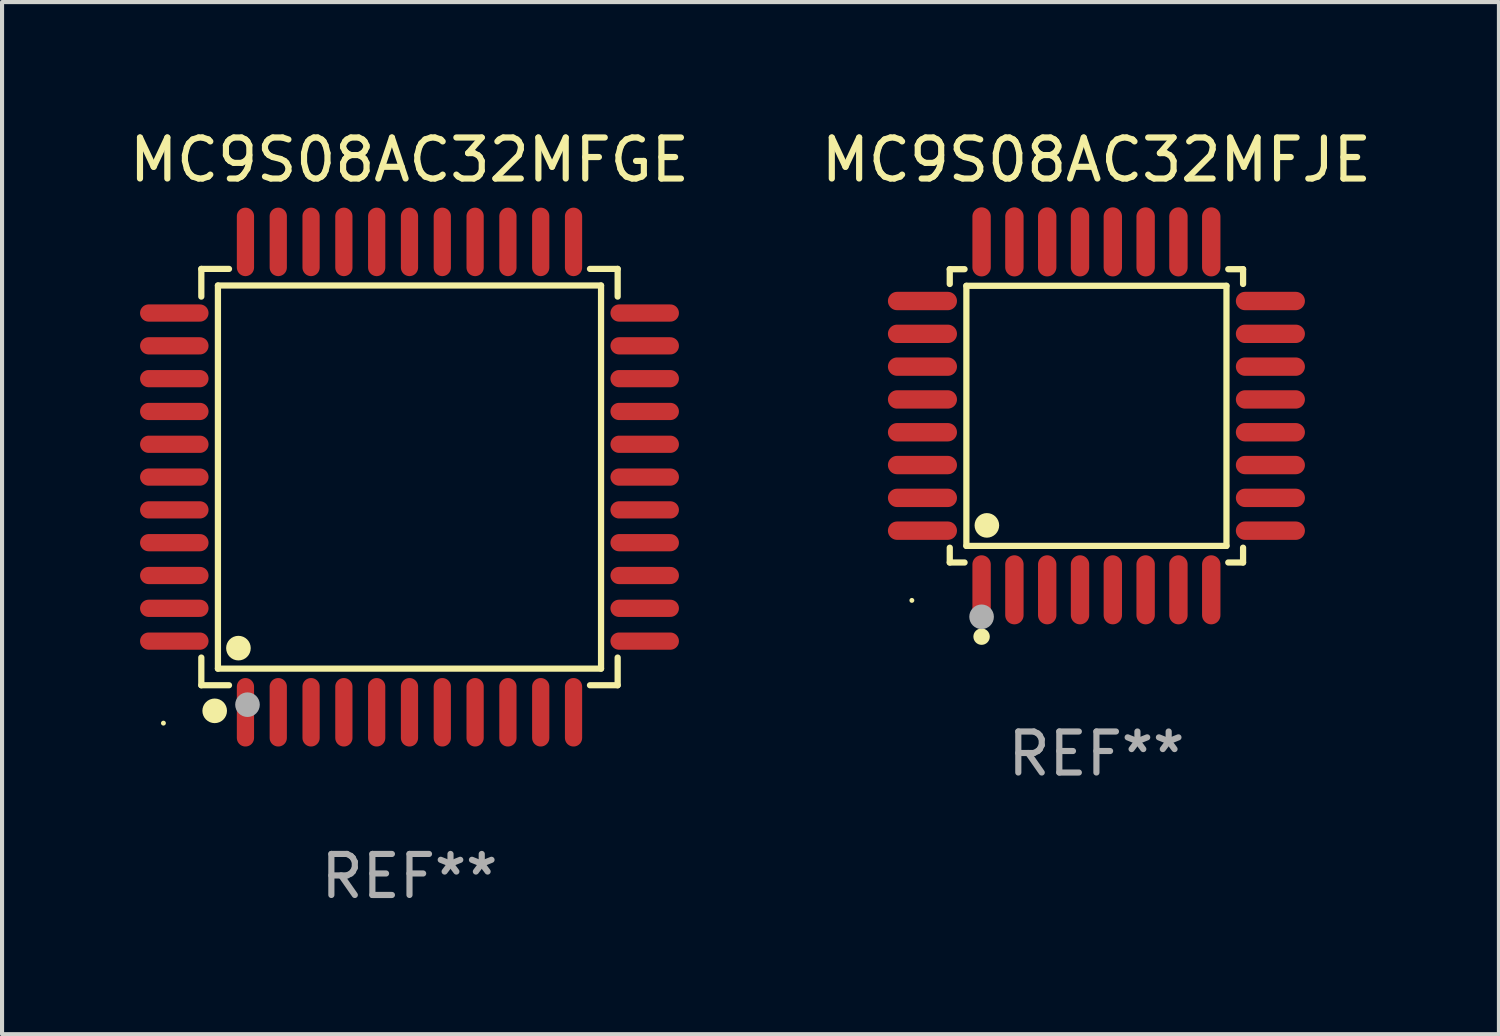
<source format=kicad_pcb>
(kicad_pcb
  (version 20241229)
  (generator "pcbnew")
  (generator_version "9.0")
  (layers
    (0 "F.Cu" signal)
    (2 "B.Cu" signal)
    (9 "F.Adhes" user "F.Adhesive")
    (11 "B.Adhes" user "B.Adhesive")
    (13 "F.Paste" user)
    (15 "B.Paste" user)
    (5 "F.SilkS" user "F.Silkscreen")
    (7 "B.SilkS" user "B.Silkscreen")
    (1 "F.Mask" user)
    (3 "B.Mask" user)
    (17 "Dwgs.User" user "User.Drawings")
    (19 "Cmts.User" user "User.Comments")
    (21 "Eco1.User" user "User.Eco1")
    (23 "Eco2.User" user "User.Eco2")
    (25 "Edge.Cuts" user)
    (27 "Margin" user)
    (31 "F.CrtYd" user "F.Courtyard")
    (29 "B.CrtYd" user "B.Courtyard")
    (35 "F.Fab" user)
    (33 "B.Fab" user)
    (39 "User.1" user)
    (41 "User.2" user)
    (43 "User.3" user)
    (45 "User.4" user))
  (footprint "MC9S08AC32MFJE"
    (layer "F.Cu")
    (at 23.685 7.09)
    (property "Reference" "MC9S08AC32MFJE" (at 0 -6.242 0) (layer "F.SilkS") (effects (font (size 1 1) (thickness 0.15))))
    (attr through_hole)
    (fp_line (start -3.576 -3.576) (end -3.215 -3.576) (stroke (width 0.152) (type solid)) (layer "F.SilkS"))
    (fp_line (start -3.576 -3.215) (end -3.576 -3.576) (stroke (width 0.152) (type solid)) (layer "F.SilkS"))
    (fp_line (start -3.576 3.215) (end -3.576 3.576) (stroke (width 0.152) (type solid)) (layer "F.SilkS"))
    (fp_line (start -3.576 3.576) (end -3.215 3.576) (stroke (width 0.152) (type solid)) (layer "F.SilkS"))
    (fp_line (start -3.171 -3.171) (end 3.171 -3.171) (stroke (width 0.152) (type solid)) (layer "F.SilkS"))
    (fp_line (start -3.171 3.171) (end -3.171 -3.171) (stroke (width 0.152) (type solid)) (layer "F.SilkS"))
    (fp_line (start 3.171 -3.171) (end 3.171 3.171) (stroke (width 0.152) (type solid)) (layer "F.SilkS"))
    (fp_line (start 3.171 3.171) (end -3.171 3.171) (stroke (width 0.152) (type solid)) (layer "F.SilkS"))
    (fp_line (start 3.576 -3.576) (end 3.215 -3.576) (stroke (width 0.152) (type solid)) (layer "F.SilkS"))
    (fp_line (start 3.576 -3.215) (end 3.576 -3.576) (stroke (width 0.152) (type solid)) (layer "F.SilkS"))
    (fp_line (start 3.576 3.215) (end 3.576 3.576) (stroke (width 0.152) (type solid)) (layer "F.SilkS"))
    (fp_line (start 3.576 3.576) (end 3.215 3.576) (stroke (width 0.152) (type solid)) (layer "F.SilkS"))
    (fp_circle (center -4.5 4.5) (end -4.47 4.5) (stroke (width 0.06) (type solid)) (fill no) (layer "F.SilkS"))
    (fp_circle (center -2.8 5.384) (end -2.7 5.384) (stroke (width 0.2) (type solid)) (fill no) (layer "F.SilkS"))
    (fp_circle (center -2.671 2.671) (end -2.521 2.671) (stroke (width 0.3) (type solid)) (fill no) (layer "F.SilkS"))
    (fp_circle (center -2.8 4.9) (end -2.65 4.9) (stroke (width 0.3) (type solid)) (fill no) (layer "F.Fab"))
    (fp_text user "REF**" (at 0 8.242 0) (layer "F.Fab") (effects (font (size 1 1) (thickness 0.15))))
    (pad "1" smd oval (at -2.8 4.242) (size 0.448 1.684) (layers "F.Cu" "F.Mask" "F.Paste"))
    (pad "2" smd oval (at -2 4.242) (size 0.448 1.684) (layers "F.Cu" "F.Mask" "F.Paste"))
    (pad "3" smd oval (at -1.2 4.242) (size 0.448 1.684) (layers "F.Cu" "F.Mask" "F.Paste"))
    (pad "4" smd oval (at -0.4 4.242) (size 0.448 1.684) (layers "F.Cu" "F.Mask" "F.Paste"))
    (pad "5" smd oval (at 0.4 4.242) (size 0.448 1.684) (layers "F.Cu" "F.Mask" "F.Paste"))
    (pad "6" smd oval (at 1.2 4.242) (size 0.448 1.684) (layers "F.Cu" "F.Mask" "F.Paste"))
    (pad "7" smd oval (at 2 4.242) (size 0.448 1.684) (layers "F.Cu" "F.Mask" "F.Paste"))
    (pad "8" smd oval (at 2.8 4.242) (size 0.448 1.684) (layers "F.Cu" "F.Mask" "F.Paste"))
    (pad "9" smd oval (at 4.242 2.8) (size 1.684 0.448) (layers "F.Cu" "F.Mask" "F.Paste"))
    (pad "10" smd oval (at 4.242 2) (size 1.684 0.448) (layers "F.Cu" "F.Mask" "F.Paste"))
    (pad "11" smd oval (at 4.242 1.2) (size 1.684 0.448) (layers "F.Cu" "F.Mask" "F.Paste"))
    (pad "12" smd oval (at 4.242 0.4) (size 1.684 0.448) (layers "F.Cu" "F.Mask" "F.Paste"))
    (pad "13" smd oval (at 4.242 -0.4) (size 1.684 0.448) (layers "F.Cu" "F.Mask" "F.Paste"))
    (pad "14" smd oval (at 4.242 -1.2) (size 1.684 0.448) (layers "F.Cu" "F.Mask" "F.Paste"))
    (pad "15" smd oval (at 4.242 -2) (size 1.684 0.448) (layers "F.Cu" "F.Mask" "F.Paste"))
    (pad "16" smd oval (at 4.242 -2.8) (size 1.684 0.448) (layers "F.Cu" "F.Mask" "F.Paste"))
    (pad "17" smd oval (at 2.8 -4.242) (size 0.448 1.684) (layers "F.Cu" "F.Mask" "F.Paste"))
    (pad "18" smd oval (at 2 -4.242) (size 0.448 1.684) (layers "F.Cu" "F.Mask" "F.Paste"))
    (pad "19" smd oval (at 1.2 -4.242) (size 0.448 1.684) (layers "F.Cu" "F.Mask" "F.Paste"))
    (pad "20" smd oval (at 0.4 -4.242) (size 0.448 1.684) (layers "F.Cu" "F.Mask" "F.Paste"))
    (pad "21" smd oval (at -0.4 -4.242) (size 0.448 1.684) (layers "F.Cu" "F.Mask" "F.Paste"))
    (pad "22" smd oval (at -1.2 -4.242) (size 0.448 1.684) (layers "F.Cu" "F.Mask" "F.Paste"))
    (pad "23" smd oval (at -2 -4.242) (size 0.448 1.684) (layers "F.Cu" "F.Mask" "F.Paste"))
    (pad "24" smd oval (at -2.8 -4.242) (size 0.448 1.684) (layers "F.Cu" "F.Mask" "F.Paste"))
    (pad "25" smd oval (at -4.242 -2.8) (size 1.684 0.448) (layers "F.Cu" "F.Mask" "F.Paste"))
    (pad "26" smd oval (at -4.242 -2) (size 1.684 0.448) (layers "F.Cu" "F.Mask" "F.Paste"))
    (pad "27" smd oval (at -4.242 -1.2) (size 1.684 0.448) (layers "F.Cu" "F.Mask" "F.Paste"))
    (pad "28" smd oval (at -4.242 -0.4) (size 1.684 0.448) (layers "F.Cu" "F.Mask" "F.Paste"))
    (pad "29" smd oval (at -4.242 0.4) (size 1.684 0.448) (layers "F.Cu" "F.Mask" "F.Paste"))
    (pad "30" smd oval (at -4.242 1.2) (size 1.684 0.448) (layers "F.Cu" "F.Mask" "F.Paste"))
    (pad "31" smd oval (at -4.242 2) (size 1.684 0.448) (layers "F.Cu" "F.Mask" "F.Paste"))
    (pad "32" smd oval (at -4.242 2.8) (size 1.684 0.448) (layers "F.Cu" "F.Mask" "F.Paste")))
  (footprint "MC9S08AC32MFGE"
    (layer "F.Cu")
    (at 6.935 8.583)
    (property "Reference" "MC9S08AC32MFGE" (at 0 -7.735 0) (layer "F.SilkS") (effects (font (size 1 1) (thickness 0.15))))
    (attr through_hole)
    (fp_line (start -5.076 -5.076) (end -4.401 -5.076) (stroke (width 0.152) (type solid)) (layer "F.SilkS"))
    (fp_line (start -5.076 -4.401) (end -5.076 -5.076) (stroke (width 0.152) (type solid)) (layer "F.SilkS"))
    (fp_line (start -5.076 4.401) (end -5.076 5.076) (stroke (width 0.152) (type solid)) (layer "F.SilkS"))
    (fp_line (start -5.076 5.076) (end -4.401 5.076) (stroke (width 0.152) (type solid)) (layer "F.SilkS"))
    (fp_line (start -4.671 -4.671) (end 4.671 -4.671) (stroke (width 0.152) (type solid)) (layer "F.SilkS"))
    (fp_line (start -4.671 4.671) (end -4.671 -4.671) (stroke (width 0.152) (type solid)) (layer "F.SilkS"))
    (fp_line (start 4.671 -4.671) (end 4.671 4.671) (stroke (width 0.152) (type solid)) (layer "F.SilkS"))
    (fp_line (start 4.671 4.671) (end -4.671 4.671) (stroke (width 0.152) (type solid)) (layer "F.SilkS"))
    (fp_line (start 5.076 -5.076) (end 4.401 -5.076) (stroke (width 0.152) (type solid)) (layer "F.SilkS"))
    (fp_line (start 5.076 -4.401) (end 5.076 -5.076) (stroke (width 0.152) (type solid)) (layer "F.SilkS"))
    (fp_line (start 5.076 4.401) (end 5.076 5.076) (stroke (width 0.152) (type solid)) (layer "F.SilkS"))
    (fp_line (start 5.076 5.076) (end 4.401 5.076) (stroke (width 0.152) (type solid)) (layer "F.SilkS"))
    (fp_circle (center -6 6) (end -5.97 6) (stroke (width 0.06) (type solid)) (fill no) (layer "F.SilkS"))
    (fp_circle (center -4.75 5.7) (end -4.6 5.7) (stroke (width 0.3) (type solid)) (fill no) (layer "F.SilkS"))
    (fp_circle (center -4.171 4.171) (end -4.021 4.171) (stroke (width 0.3) (type solid)) (fill no) (layer "F.SilkS"))
    (fp_circle (center -3.95 5.55) (end -3.8 5.55) (stroke (width 0.3) (type solid)) (fill no) (layer "F.Fab"))
    (fp_text user "REF**" (at 0 9.735 0) (layer "F.Fab") (effects (font (size 1 1) (thickness 0.15))))
    (pad "1" smd oval (at -4 5.735) (size 0.42 1.67) (layers "F.Cu" "F.Mask" "F.Paste"))
    (pad "2" smd oval (at -3.2 5.735) (size 0.42 1.67) (layers "F.Cu" "F.Mask" "F.Paste"))
    (pad "3" smd oval (at -2.4 5.735) (size 0.42 1.67) (layers "F.Cu" "F.Mask" "F.Paste"))
    (pad "4" smd oval (at -1.6 5.735) (size 0.42 1.67) (layers "F.Cu" "F.Mask" "F.Paste"))
    (pad "5" smd oval (at -0.8 5.735) (size 0.42 1.67) (layers "F.Cu" "F.Mask" "F.Paste"))
    (pad "6" smd oval (at 0 5.735) (size 0.42 1.67) (layers "F.Cu" "F.Mask" "F.Paste"))
    (pad "7" smd oval (at 0.8 5.735) (size 0.42 1.67) (layers "F.Cu" "F.Mask" "F.Paste"))
    (pad "8" smd oval (at 1.6 5.735) (size 0.42 1.67) (layers "F.Cu" "F.Mask" "F.Paste"))
    (pad "9" smd oval (at 2.4 5.735) (size 0.42 1.67) (layers "F.Cu" "F.Mask" "F.Paste"))
    (pad "10" smd oval (at 3.2 5.735) (size 0.42 1.67) (layers "F.Cu" "F.Mask" "F.Paste"))
    (pad "11" smd oval (at 4 5.735) (size 0.42 1.67) (layers "F.Cu" "F.Mask" "F.Paste"))
    (pad "12" smd oval (at 5.735 4) (size 1.67 0.42) (layers "F.Cu" "F.Mask" "F.Paste"))
    (pad "13" smd oval (at 5.735 3.2) (size 1.67 0.42) (layers "F.Cu" "F.Mask" "F.Paste"))
    (pad "14" smd oval (at 5.735 2.4) (size 1.67 0.42) (layers "F.Cu" "F.Mask" "F.Paste"))
    (pad "15" smd oval (at 5.735 1.6) (size 1.67 0.42) (layers "F.Cu" "F.Mask" "F.Paste"))
    (pad "16" smd oval (at 5.735 0.8) (size 1.67 0.42) (layers "F.Cu" "F.Mask" "F.Paste"))
    (pad "17" smd oval (at 5.735 0) (size 1.67 0.42) (layers "F.Cu" "F.Mask" "F.Paste"))
    (pad "18" smd oval (at 5.735 -0.8) (size 1.67 0.42) (layers "F.Cu" "F.Mask" "F.Paste"))
    (pad "19" smd oval (at 5.735 -1.6) (size 1.67 0.42) (layers "F.Cu" "F.Mask" "F.Paste"))
    (pad "20" smd oval (at 5.735 -2.4) (size 1.67 0.42) (layers "F.Cu" "F.Mask" "F.Paste"))
    (pad "21" smd oval (at 5.735 -3.2) (size 1.67 0.42) (layers "F.Cu" "F.Mask" "F.Paste"))
    (pad "22" smd oval (at 5.735 -4) (size 1.67 0.42) (layers "F.Cu" "F.Mask" "F.Paste"))
    (pad "23" smd oval (at 4 -5.735) (size 0.42 1.67) (layers "F.Cu" "F.Mask" "F.Paste"))
    (pad "24" smd oval (at 3.2 -5.735) (size 0.42 1.67) (layers "F.Cu" "F.Mask" "F.Paste"))
    (pad "25" smd oval (at 2.4 -5.735) (size 0.42 1.67) (layers "F.Cu" "F.Mask" "F.Paste"))
    (pad "26" smd oval (at 1.6 -5.735) (size 0.42 1.67) (layers "F.Cu" "F.Mask" "F.Paste"))
    (pad "27" smd oval (at 0.8 -5.735) (size 0.42 1.67) (layers "F.Cu" "F.Mask" "F.Paste"))
    (pad "28" smd oval (at 0 -5.735) (size 0.42 1.67) (layers "F.Cu" "F.Mask" "F.Paste"))
    (pad "29" smd oval (at -0.8 -5.735) (size 0.42 1.67) (layers "F.Cu" "F.Mask" "F.Paste"))
    (pad "30" smd oval (at -1.6 -5.735) (size 0.42 1.67) (layers "F.Cu" "F.Mask" "F.Paste"))
    (pad "31" smd oval (at -2.4 -5.735) (size 0.42 1.67) (layers "F.Cu" "F.Mask" "F.Paste"))
    (pad "32" smd oval (at -3.2 -5.735) (size 0.42 1.67) (layers "F.Cu" "F.Mask" "F.Paste"))
    (pad "33" smd oval (at -4 -5.735) (size 0.42 1.67) (layers "F.Cu" "F.Mask" "F.Paste"))
    (pad "34" smd oval (at -5.735 -4) (size 1.67 0.42) (layers "F.Cu" "F.Mask" "F.Paste"))
    (pad "35" smd oval (at -5.735 -3.2) (size 1.67 0.42) (layers "F.Cu" "F.Mask" "F.Paste"))
    (pad "36" smd oval (at -5.735 -2.4) (size 1.67 0.42) (layers "F.Cu" "F.Mask" "F.Paste"))
    (pad "37" smd oval (at -5.735 -1.6) (size 1.67 0.42) (layers "F.Cu" "F.Mask" "F.Paste"))
    (pad "38" smd oval (at -5.735 -0.8) (size 1.67 0.42) (layers "F.Cu" "F.Mask" "F.Paste"))
    (pad "39" smd oval (at -5.735 0) (size 1.67 0.42) (layers "F.Cu" "F.Mask" "F.Paste"))
    (pad "40" smd oval (at -5.735 0.8) (size 1.67 0.42) (layers "F.Cu" "F.Mask" "F.Paste"))
    (pad "41" smd oval (at -5.735 1.6) (size 1.67 0.42) (layers "F.Cu" "F.Mask" "F.Paste"))
    (pad "42" smd oval (at -5.735 2.4) (size 1.67 0.42) (layers "F.Cu" "F.Mask" "F.Paste"))
    (pad "43" smd oval (at -5.735 3.2) (size 1.67 0.42) (layers "F.Cu" "F.Mask" "F.Paste"))
    (pad "44" smd oval (at -5.735 4) (size 1.67 0.42) (layers "F.Cu" "F.Mask" "F.Paste")))
  (gr_rect
    (start -3 -3)
    (end 33.5 22.167)
    (stroke (width 0.1) (type default))
    (fill no)
    (layer "Edge.Cuts")))
</source>
